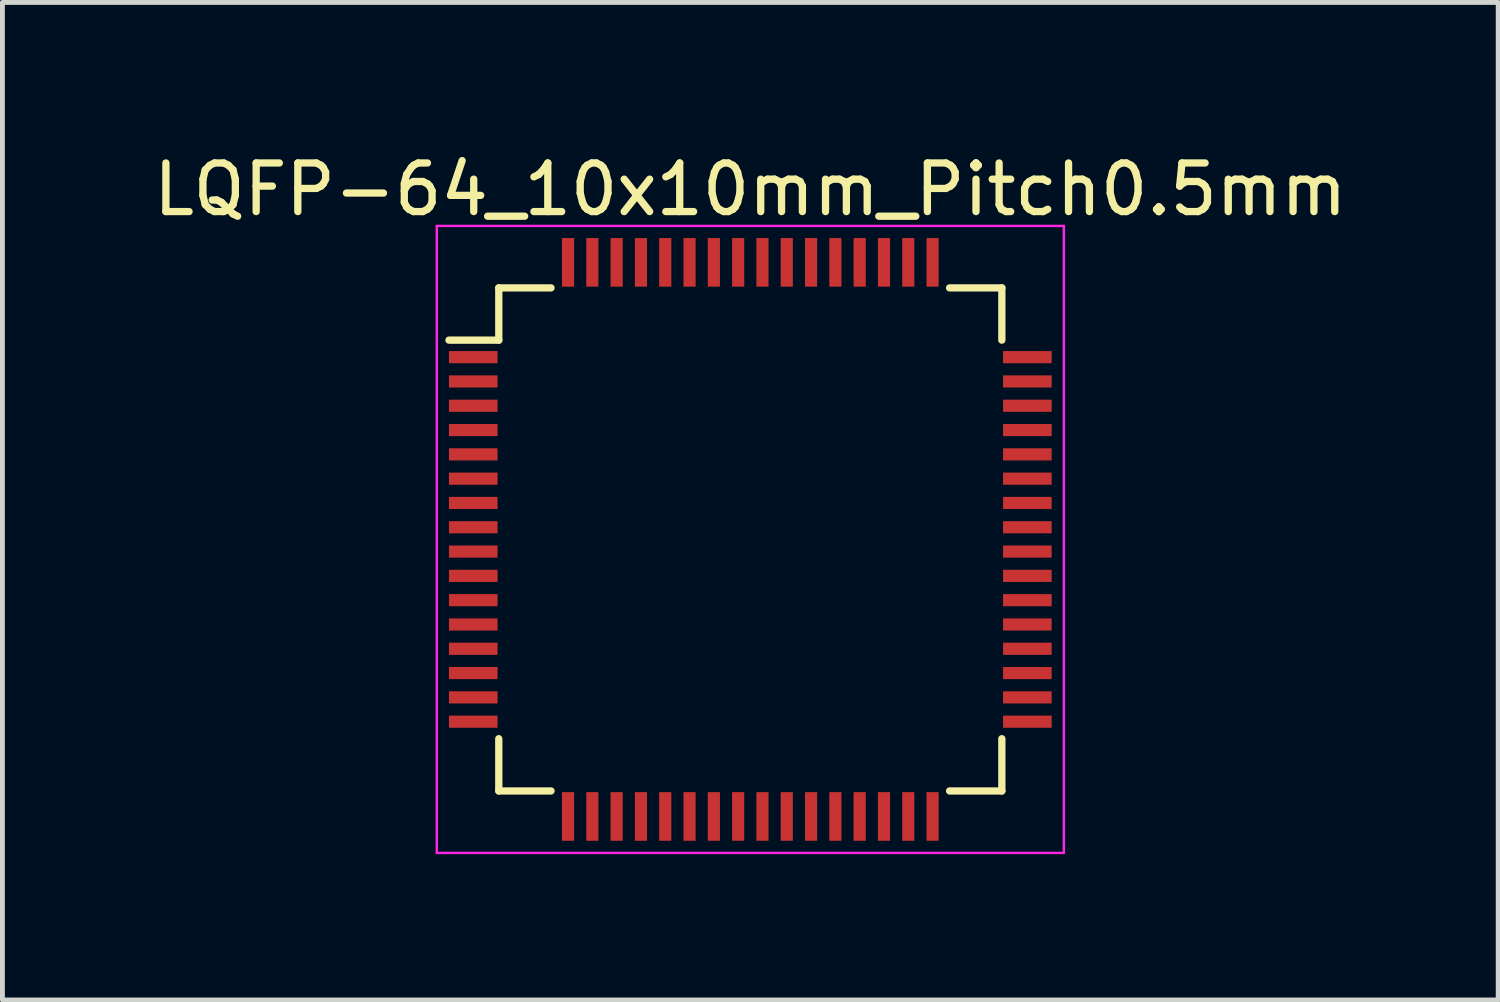
<source format=kicad_pcb>
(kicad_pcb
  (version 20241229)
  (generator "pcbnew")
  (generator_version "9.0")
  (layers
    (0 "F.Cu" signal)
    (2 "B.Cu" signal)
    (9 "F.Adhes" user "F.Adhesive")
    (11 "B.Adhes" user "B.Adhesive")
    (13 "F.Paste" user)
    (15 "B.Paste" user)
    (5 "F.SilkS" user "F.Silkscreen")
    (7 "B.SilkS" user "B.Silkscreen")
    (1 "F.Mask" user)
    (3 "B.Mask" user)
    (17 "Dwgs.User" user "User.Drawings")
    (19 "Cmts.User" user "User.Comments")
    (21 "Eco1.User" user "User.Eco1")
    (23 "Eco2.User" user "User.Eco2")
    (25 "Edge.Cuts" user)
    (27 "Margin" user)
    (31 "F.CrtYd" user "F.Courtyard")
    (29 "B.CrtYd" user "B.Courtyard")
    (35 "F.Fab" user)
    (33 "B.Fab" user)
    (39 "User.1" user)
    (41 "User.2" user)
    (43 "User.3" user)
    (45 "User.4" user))
  (footprint "LQFP-64_10x10mm_Pitch0.5mm"
    (layer "F.Cu")
    (at 12.387 8.048)
    (property "Reference" "LQFP-64_10x10mm_Pitch0.5mm" (at 0 -7.2 0) (layer "F.SilkS") (effects (font (size 1 1) (thickness 0.15))))
    (attr smd)
    (fp_line (start -5.175 -5.175) (end -5.175 -4.1) (stroke (width 0.15) (type solid)) (layer "F.SilkS"))
    (fp_line (start -5.175 -5.175) (end -4.1 -5.175) (stroke (width 0.15) (type solid)) (layer "F.SilkS"))
    (fp_line (start -5.175 -4.1) (end -6.2 -4.1) (stroke (width 0.15) (type solid)) (layer "F.SilkS"))
    (fp_line (start -5.175 5.175) (end -5.175 4.1) (stroke (width 0.15) (type solid)) (layer "F.SilkS"))
    (fp_line (start -5.175 5.175) (end -4.1 5.175) (stroke (width 0.15) (type solid)) (layer "F.SilkS"))
    (fp_line (start 5.175 -5.175) (end 4.1 -5.175) (stroke (width 0.15) (type solid)) (layer "F.SilkS"))
    (fp_line (start 5.175 -5.175) (end 5.175 -4.1) (stroke (width 0.15) (type solid)) (layer "F.SilkS"))
    (fp_line (start 5.175 5.175) (end 4.1 5.175) (stroke (width 0.15) (type solid)) (layer "F.SilkS"))
    (fp_line (start 5.175 5.175) (end 5.175 4.1) (stroke (width 0.15) (type solid)) (layer "F.SilkS"))
    (fp_line (start -6.45 -6.45) (end -6.45 6.45) (stroke (width 0.05) (type solid)) (layer "F.CrtYd"))
    (fp_line (start -6.45 -6.45) (end 6.45 -6.45) (stroke (width 0.05) (type solid)) (layer "F.CrtYd"))
    (fp_line (start -6.45 6.45) (end 6.45 6.45) (stroke (width 0.05) (type solid)) (layer "F.CrtYd"))
    (fp_line (start 6.45 -6.45) (end 6.45 6.45) (stroke (width 0.05) (type solid)) (layer "F.CrtYd"))
    (pad "1" smd rect (at -5.7 -3.75) (size 1 0.25) (layers "F.Cu" "F.Mask" "F.Paste"))
    (pad "2" smd rect (at -5.7 -3.25) (size 1 0.25) (layers "F.Cu" "F.Mask" "F.Paste"))
    (pad "3" smd rect (at -5.7 -2.75) (size 1 0.25) (layers "F.Cu" "F.Mask" "F.Paste"))
    (pad "4" smd rect (at -5.7 -2.25) (size 1 0.25) (layers "F.Cu" "F.Mask" "F.Paste"))
    (pad "5" smd rect (at -5.7 -1.75) (size 1 0.25) (layers "F.Cu" "F.Mask" "F.Paste"))
    (pad "6" smd rect (at -5.7 -1.25) (size 1 0.25) (layers "F.Cu" "F.Mask" "F.Paste"))
    (pad "7" smd rect (at -5.7 -0.75) (size 1 0.25) (layers "F.Cu" "F.Mask" "F.Paste"))
    (pad "8" smd rect (at -5.7 -0.25) (size 1 0.25) (layers "F.Cu" "F.Mask" "F.Paste"))
    (pad "9" smd rect (at -5.7 0.25) (size 1 0.25) (layers "F.Cu" "F.Mask" "F.Paste"))
    (pad "10" smd rect (at -5.7 0.75) (size 1 0.25) (layers "F.Cu" "F.Mask" "F.Paste"))
    (pad "11" smd rect (at -5.7 1.25) (size 1 0.25) (layers "F.Cu" "F.Mask" "F.Paste"))
    (pad "12" smd rect (at -5.7 1.75) (size 1 0.25) (layers "F.Cu" "F.Mask" "F.Paste"))
    (pad "13" smd rect (at -5.7 2.25) (size 1 0.25) (layers "F.Cu" "F.Mask" "F.Paste"))
    (pad "14" smd rect (at -5.7 2.75) (size 1 0.25) (layers "F.Cu" "F.Mask" "F.Paste"))
    (pad "15" smd rect (at -5.7 3.25) (size 1 0.25) (layers "F.Cu" "F.Mask" "F.Paste"))
    (pad "16" smd rect (at -5.7 3.75) (size 1 0.25) (layers "F.Cu" "F.Mask" "F.Paste"))
    (pad "17" smd rect (at -3.75 5.7 90) (size 1 0.25) (layers "F.Cu" "F.Mask" "F.Paste"))
    (pad "18" smd rect (at -3.25 5.7 90) (size 1 0.25) (layers "F.Cu" "F.Mask" "F.Paste"))
    (pad "19" smd rect (at -2.75 5.7 90) (size 1 0.25) (layers "F.Cu" "F.Mask" "F.Paste"))
    (pad "20" smd rect (at -2.25 5.7 90) (size 1 0.25) (layers "F.Cu" "F.Mask" "F.Paste"))
    (pad "21" smd rect (at -1.75 5.7 90) (size 1 0.25) (layers "F.Cu" "F.Mask" "F.Paste"))
    (pad "22" smd rect (at -1.25 5.7 90) (size 1 0.25) (layers "F.Cu" "F.Mask" "F.Paste"))
    (pad "23" smd rect (at -0.75 5.7 90) (size 1 0.25) (layers "F.Cu" "F.Mask" "F.Paste"))
    (pad "24" smd rect (at -0.25 5.7 90) (size 1 0.25) (layers "F.Cu" "F.Mask" "F.Paste"))
    (pad "25" smd rect (at 0.25 5.7 90) (size 1 0.25) (layers "F.Cu" "F.Mask" "F.Paste"))
    (pad "26" smd rect (at 0.75 5.7 90) (size 1 0.25) (layers "F.Cu" "F.Mask" "F.Paste"))
    (pad "27" smd rect (at 1.25 5.7 90) (size 1 0.25) (layers "F.Cu" "F.Mask" "F.Paste"))
    (pad "28" smd rect (at 1.75 5.7 90) (size 1 0.25) (layers "F.Cu" "F.Mask" "F.Paste"))
    (pad "29" smd rect (at 2.25 5.7 90) (size 1 0.25) (layers "F.Cu" "F.Mask" "F.Paste"))
    (pad "30" smd rect (at 2.75 5.7 90) (size 1 0.25) (layers "F.Cu" "F.Mask" "F.Paste"))
    (pad "31" smd rect (at 3.25 5.7 90) (size 1 0.25) (layers "F.Cu" "F.Mask" "F.Paste"))
    (pad "32" smd rect (at 3.75 5.7 90) (size 1 0.25) (layers "F.Cu" "F.Mask" "F.Paste"))
    (pad "33" smd rect (at 5.7 3.75) (size 1 0.25) (layers "F.Cu" "F.Mask" "F.Paste"))
    (pad "34" smd rect (at 5.7 3.25) (size 1 0.25) (layers "F.Cu" "F.Mask" "F.Paste"))
    (pad "35" smd rect (at 5.7 2.75) (size 1 0.25) (layers "F.Cu" "F.Mask" "F.Paste"))
    (pad "36" smd rect (at 5.7 2.25) (size 1 0.25) (layers "F.Cu" "F.Mask" "F.Paste"))
    (pad "37" smd rect (at 5.7 1.75) (size 1 0.25) (layers "F.Cu" "F.Mask" "F.Paste"))
    (pad "38" smd rect (at 5.7 1.25) (size 1 0.25) (layers "F.Cu" "F.Mask" "F.Paste"))
    (pad "39" smd rect (at 5.7 0.75) (size 1 0.25) (layers "F.Cu" "F.Mask" "F.Paste"))
    (pad "40" smd rect (at 5.7 0.25) (size 1 0.25) (layers "F.Cu" "F.Mask" "F.Paste"))
    (pad "41" smd rect (at 5.7 -0.25) (size 1 0.25) (layers "F.Cu" "F.Mask" "F.Paste"))
    (pad "42" smd rect (at 5.7 -0.75) (size 1 0.25) (layers "F.Cu" "F.Mask" "F.Paste"))
    (pad "43" smd rect (at 5.7 -1.25) (size 1 0.25) (layers "F.Cu" "F.Mask" "F.Paste"))
    (pad "44" smd rect (at 5.7 -1.75) (size 1 0.25) (layers "F.Cu" "F.Mask" "F.Paste"))
    (pad "45" smd rect (at 5.7 -2.25) (size 1 0.25) (layers "F.Cu" "F.Mask" "F.Paste"))
    (pad "46" smd rect (at 5.7 -2.75) (size 1 0.25) (layers "F.Cu" "F.Mask" "F.Paste"))
    (pad "47" smd rect (at 5.7 -3.25) (size 1 0.25) (layers "F.Cu" "F.Mask" "F.Paste"))
    (pad "48" smd rect (at 5.7 -3.75) (size 1 0.25) (layers "F.Cu" "F.Mask" "F.Paste"))
    (pad "49" smd rect (at 3.75 -5.7 90) (size 1 0.25) (layers "F.Cu" "F.Mask" "F.Paste"))
    (pad "50" smd rect (at 3.25 -5.7 90) (size 1 0.25) (layers "F.Cu" "F.Mask" "F.Paste"))
    (pad "51" smd rect (at 2.75 -5.7 90) (size 1 0.25) (layers "F.Cu" "F.Mask" "F.Paste"))
    (pad "52" smd rect (at 2.25 -5.7 90) (size 1 0.25) (layers "F.Cu" "F.Mask" "F.Paste"))
    (pad "53" smd rect (at 1.75 -5.7 90) (size 1 0.25) (layers "F.Cu" "F.Mask" "F.Paste"))
    (pad "54" smd rect (at 1.25 -5.7 90) (size 1 0.25) (layers "F.Cu" "F.Mask" "F.Paste"))
    (pad "55" smd rect (at 0.75 -5.7 90) (size 1 0.25) (layers "F.Cu" "F.Mask" "F.Paste"))
    (pad "56" smd rect (at 0.25 -5.7 90) (size 1 0.25) (layers "F.Cu" "F.Mask" "F.Paste"))
    (pad "57" smd rect (at -0.25 -5.7 90) (size 1 0.25) (layers "F.Cu" "F.Mask" "F.Paste"))
    (pad "58" smd rect (at -0.75 -5.7 90) (size 1 0.25) (layers "F.Cu" "F.Mask" "F.Paste"))
    (pad "59" smd rect (at -1.25 -5.7 90) (size 1 0.25) (layers "F.Cu" "F.Mask" "F.Paste"))
    (pad "60" smd rect (at -1.75 -5.7 90) (size 1 0.25) (layers "F.Cu" "F.Mask" "F.Paste"))
    (pad "61" smd rect (at -2.25 -5.7 90) (size 1 0.25) (layers "F.Cu" "F.Mask" "F.Paste"))
    (pad "62" smd rect (at -2.75 -5.7 90) (size 1 0.25) (layers "F.Cu" "F.Mask" "F.Paste"))
    (pad "63" smd rect (at -3.25 -5.7 90) (size 1 0.25) (layers "F.Cu" "F.Mask" "F.Paste"))
    (pad "64" smd rect (at -3.75 -5.7 90) (size 1 0.25) (layers "F.Cu" "F.Mask" "F.Paste")))
  (gr_rect
    (start -3 -3)
    (end 27.774 17.523)
    (stroke (width 0.1) (type default))
    (fill no)
    (layer "Edge.Cuts")))
</source>
